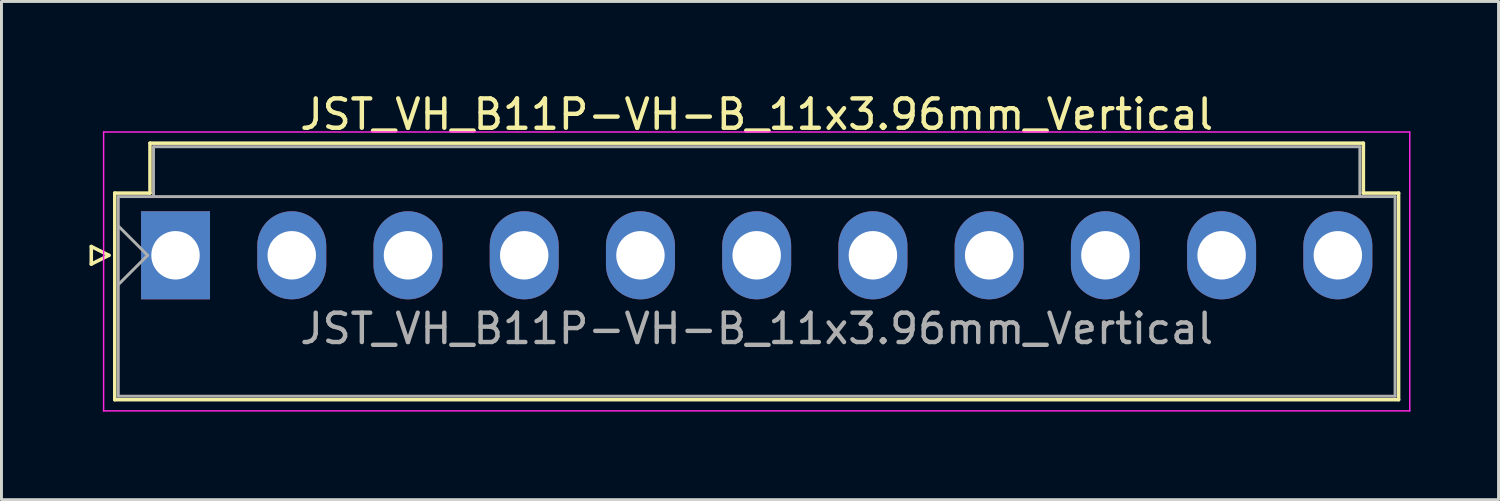
<source format=kicad_pcb>
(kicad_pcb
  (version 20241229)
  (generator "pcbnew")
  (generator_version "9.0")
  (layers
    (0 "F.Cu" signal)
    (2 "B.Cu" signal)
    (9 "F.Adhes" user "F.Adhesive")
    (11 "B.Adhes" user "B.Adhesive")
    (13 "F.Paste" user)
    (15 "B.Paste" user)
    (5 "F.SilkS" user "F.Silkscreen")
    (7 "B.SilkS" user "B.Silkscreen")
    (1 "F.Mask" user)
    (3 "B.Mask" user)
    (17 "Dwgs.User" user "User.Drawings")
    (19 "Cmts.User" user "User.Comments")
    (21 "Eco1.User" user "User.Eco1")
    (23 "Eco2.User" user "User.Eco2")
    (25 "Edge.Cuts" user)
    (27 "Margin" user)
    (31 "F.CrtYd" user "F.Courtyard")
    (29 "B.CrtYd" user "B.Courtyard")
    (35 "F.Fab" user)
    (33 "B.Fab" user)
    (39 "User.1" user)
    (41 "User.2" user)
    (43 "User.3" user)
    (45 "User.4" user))
  (footprint "JST_VH_B11P-VH-B_11x3.96mm_Vertical"
    (layer "F.Cu")
    (at 2.93 5.648)
    (property "Reference" "JST_VH_B11P-VH-B_11x3.96mm_Vertical" (at 19.8 -4.8 0) (layer "F.SilkS") (effects (font (size 1 1) (thickness 0.15))))
    (attr through_hole)
    (fp_line (start -2.87 -0.3) (end -2.27 0) (stroke (width 0.12) (type solid)) (layer "F.SilkS"))
    (fp_line (start -2.87 0.3) (end -2.87 -0.3) (stroke (width 0.12) (type solid)) (layer "F.SilkS"))
    (fp_line (start -2.27 0) (end -2.87 0.3) (stroke (width 0.12) (type solid)) (layer "F.SilkS"))
    (fp_line (start -2.07 -2.12) (end -0.87 -2.12) (stroke (width 0.12) (type solid)) (layer "F.SilkS"))
    (fp_line (start -2.07 4.92) (end -2.07 -2.12) (stroke (width 0.12) (type solid)) (layer "F.SilkS"))
    (fp_line (start -0.87 -3.82) (end 40.47 -3.82) (stroke (width 0.12) (type solid)) (layer "F.SilkS"))
    (fp_line (start -0.87 -2.12) (end -0.87 -3.82) (stroke (width 0.12) (type solid)) (layer "F.SilkS"))
    (fp_line (start 40.47 -3.82) (end 40.47 -2.12) (stroke (width 0.12) (type solid)) (layer "F.SilkS"))
    (fp_line (start 40.47 -2.12) (end 41.67 -2.12) (stroke (width 0.12) (type solid)) (layer "F.SilkS"))
    (fp_line (start 41.67 -2.12) (end 41.67 4.92) (stroke (width 0.12) (type solid)) (layer "F.SilkS"))
    (fp_line (start 41.67 4.92) (end -2.07 4.92) (stroke (width 0.12) (type solid)) (layer "F.SilkS"))
    (fp_line (start -2.45 -4.2) (end -2.45 5.3) (stroke (width 0.05) (type solid)) (layer "F.CrtYd"))
    (fp_line (start -2.45 5.3) (end 42.05 5.3) (stroke (width 0.05) (type solid)) (layer "F.CrtYd"))
    (fp_line (start 42.05 -4.2) (end -2.45 -4.2) (stroke (width 0.05) (type solid)) (layer "F.CrtYd"))
    (fp_line (start 42.05 5.3) (end 42.05 -4.2) (stroke (width 0.05) (type solid)) (layer "F.CrtYd"))
    (fp_line (start -1.95 -2) (end -1.95 4.8) (stroke (width 0.1) (type solid)) (layer "F.Fab"))
    (fp_line (start -1.95 -1) (end -0.95 0) (stroke (width 0.1) (type solid)) (layer "F.Fab"))
    (fp_line (start -1.95 1) (end -0.95 0) (stroke (width 0.1) (type solid)) (layer "F.Fab"))
    (fp_line (start -1.95 4.8) (end 41.55 4.8) (stroke (width 0.1) (type solid)) (layer "F.Fab"))
    (fp_line (start -0.75 -3.7) (end 40.35 -3.7) (stroke (width 0.1) (type solid)) (layer "F.Fab"))
    (fp_line (start -0.75 -2) (end -0.75 -3.7) (stroke (width 0.1) (type solid)) (layer "F.Fab"))
    (fp_line (start 40.35 -3.7) (end 40.35 -2) (stroke (width 0.1) (type solid)) (layer "F.Fab"))
    (fp_line (start 41.55 -2) (end -1.95 -2) (stroke (width 0.1) (type solid)) (layer "F.Fab"))
    (fp_line (start 41.55 4.8) (end 41.55 -2) (stroke (width 0.1) (type solid)) (layer "F.Fab"))
    (fp_text user "${REFERENCE}" (at 19.8 2.5 0) (layer "F.Fab") (effects (font (size 1 1) (thickness 0.15))))
    (pad "1" thru_hole rect (at 0 0) (size 2.35 3) (drill 1.65) (layers "*.Cu" "*.Mask"))
    (pad "2" thru_hole oval (at 3.96 0) (size 2.35 3) (drill 1.65) (layers "*.Cu" "*.Mask"))
    (pad "3" thru_hole oval (at 7.92 0) (size 2.35 3) (drill 1.65) (layers "*.Cu" "*.Mask"))
    (pad "4" thru_hole oval (at 11.88 0) (size 2.35 3) (drill 1.65) (layers "*.Cu" "*.Mask"))
    (pad "5" thru_hole oval (at 15.84 0) (size 2.35 3) (drill 1.65) (layers "*.Cu" "*.Mask"))
    (pad "6" thru_hole oval (at 19.8 0) (size 2.35 3) (drill 1.65) (layers "*.Cu" "*.Mask"))
    (pad "7" thru_hole oval (at 23.76 0) (size 2.35 3) (drill 1.65) (layers "*.Cu" "*.Mask"))
    (pad "8" thru_hole oval (at 27.72 0) (size 2.35 3) (drill 1.65) (layers "*.Cu" "*.Mask"))
    (pad "9" thru_hole oval (at 31.68 0) (size 2.35 3) (drill 1.65) (layers "*.Cu" "*.Mask"))
    (pad "10" thru_hole oval (at 35.64 0) (size 2.35 3) (drill 1.65) (layers "*.Cu" "*.Mask"))
    (pad "11" thru_hole oval (at 39.6 0) (size 2.35 3) (drill 1.65) (layers "*.Cu" "*.Mask")))
  (gr_rect
    (start -3 -3)
    (end 48.005 13.973)
    (stroke (width 0.1) (type default))
    (fill no)
    (layer "Edge.Cuts")))
</source>
